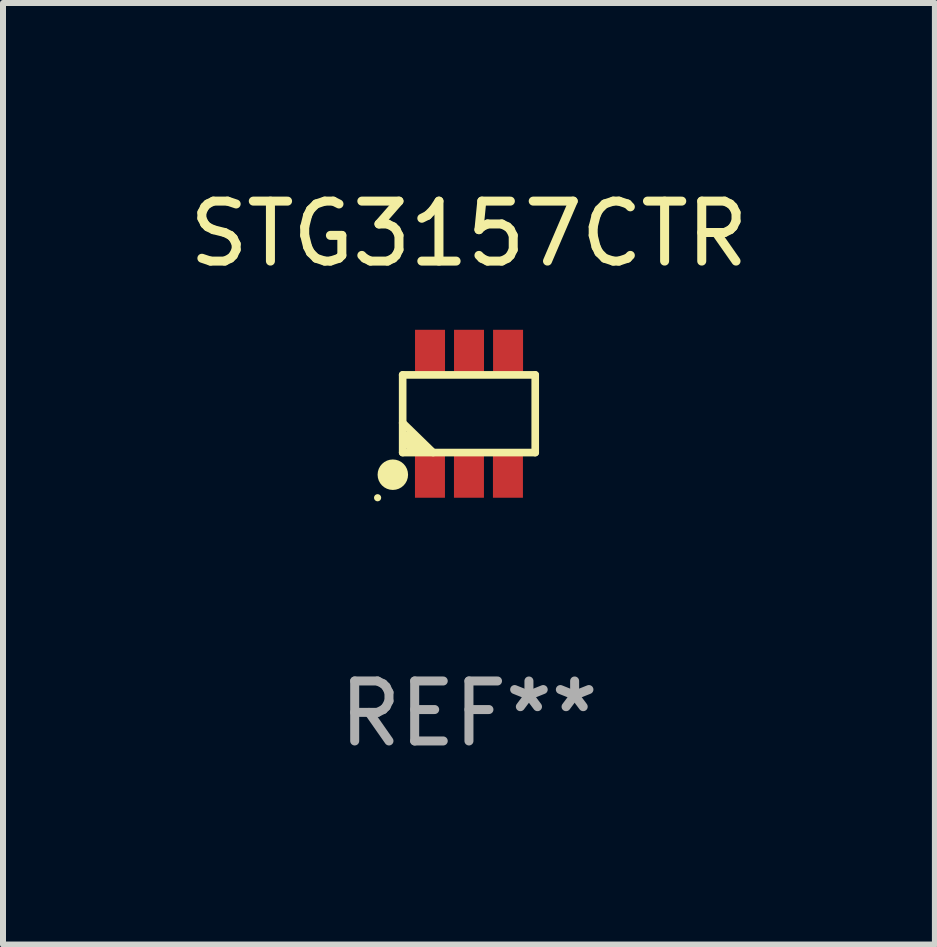
<source format=kicad_pcb>
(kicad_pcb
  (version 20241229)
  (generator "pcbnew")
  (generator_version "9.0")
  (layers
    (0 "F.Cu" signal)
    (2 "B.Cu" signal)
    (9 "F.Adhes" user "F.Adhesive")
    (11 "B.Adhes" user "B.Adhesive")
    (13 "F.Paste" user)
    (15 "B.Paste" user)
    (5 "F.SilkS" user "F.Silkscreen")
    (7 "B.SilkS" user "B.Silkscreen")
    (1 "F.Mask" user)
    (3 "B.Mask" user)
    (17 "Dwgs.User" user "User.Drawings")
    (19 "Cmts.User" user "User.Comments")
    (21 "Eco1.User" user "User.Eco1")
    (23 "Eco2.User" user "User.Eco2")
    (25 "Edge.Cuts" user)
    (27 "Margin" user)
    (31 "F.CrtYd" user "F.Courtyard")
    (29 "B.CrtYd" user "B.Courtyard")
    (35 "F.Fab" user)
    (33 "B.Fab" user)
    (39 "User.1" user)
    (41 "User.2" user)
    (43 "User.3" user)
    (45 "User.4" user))
  (footprint "STG3157CTR"
    (layer "F.Cu")
    (at 4.768 3.848)
    (property "Reference" "STG3157CTR" (at 0 -3 0) (layer "F.SilkS") (effects (font (size 1 1) (thickness 0.15))))
    (attr through_hole)
    (fp_line (start -1.105 -0.648) (end 1.105 -0.648) (stroke (width 0.127) (type solid)) (layer "F.SilkS"))
    (fp_line (start -1.105 0.647) (end -1.105 -0.648) (stroke (width 0.127) (type solid)) (layer "F.SilkS"))
    (fp_line (start -0.849 0.57) (end -1.038 0.428) (stroke (width 0.254) (type solid)) (layer "F.SilkS"))
    (fp_line (start -0.597 0.647) (end -1.105 0.152) (stroke (width 0.127) (type solid)) (layer "F.SilkS"))
    (fp_line (start 1.105 -0.648) (end 1.105 0.647) (stroke (width 0.127) (type solid)) (layer "F.SilkS"))
    (fp_line (start 1.105 0.647) (end -1.105 0.647) (stroke (width 0.127) (type solid)) (layer "F.SilkS"))
    (fp_circle (center -1.523 1.4) (end -1.493 1.4) (stroke (width 0.06) (type solid)) (fill no) (layer "F.SilkS"))
    (fp_circle (center -1.269 1.016) (end -1.142 1.016) (stroke (width 0.254) (type solid)) (fill no) (layer "F.SilkS"))
    (fp_text user "REF**" (at 0 5 0) (layer "F.Fab") (effects (font (size 1 1) (thickness 0.15))))
    (pad "1" smd rect (at -0.65 1) (size 0.5 0.8) (layers "F.Cu" "F.Mask" "F.Paste"))
    (pad "2" smd rect (at 0 1) (size 0.5 0.8) (layers "F.Cu" "F.Mask" "F.Paste"))
    (pad "3" smd rect (at 0.65 1) (size 0.5 0.8) (layers "F.Cu" "F.Mask" "F.Paste"))
    (pad "4" smd rect (at 0.652 -1) (size 0.5 0.8) (layers "F.Cu" "F.Mask" "F.Paste"))
    (pad "5" smd rect (at 0.001 -1) (size 0.5 0.8) (layers "F.Cu" "F.Mask" "F.Paste"))
    (pad "6" smd rect (at -0.649 -1) (size 0.5 0.8) (layers "F.Cu" "F.Mask" "F.Paste")))
  (gr_rect
    (start -3 -3)
    (end 12.536 12.697)
    (stroke (width 0.1) (type default))
    (fill no)
    (layer "Edge.Cuts")))
</source>
